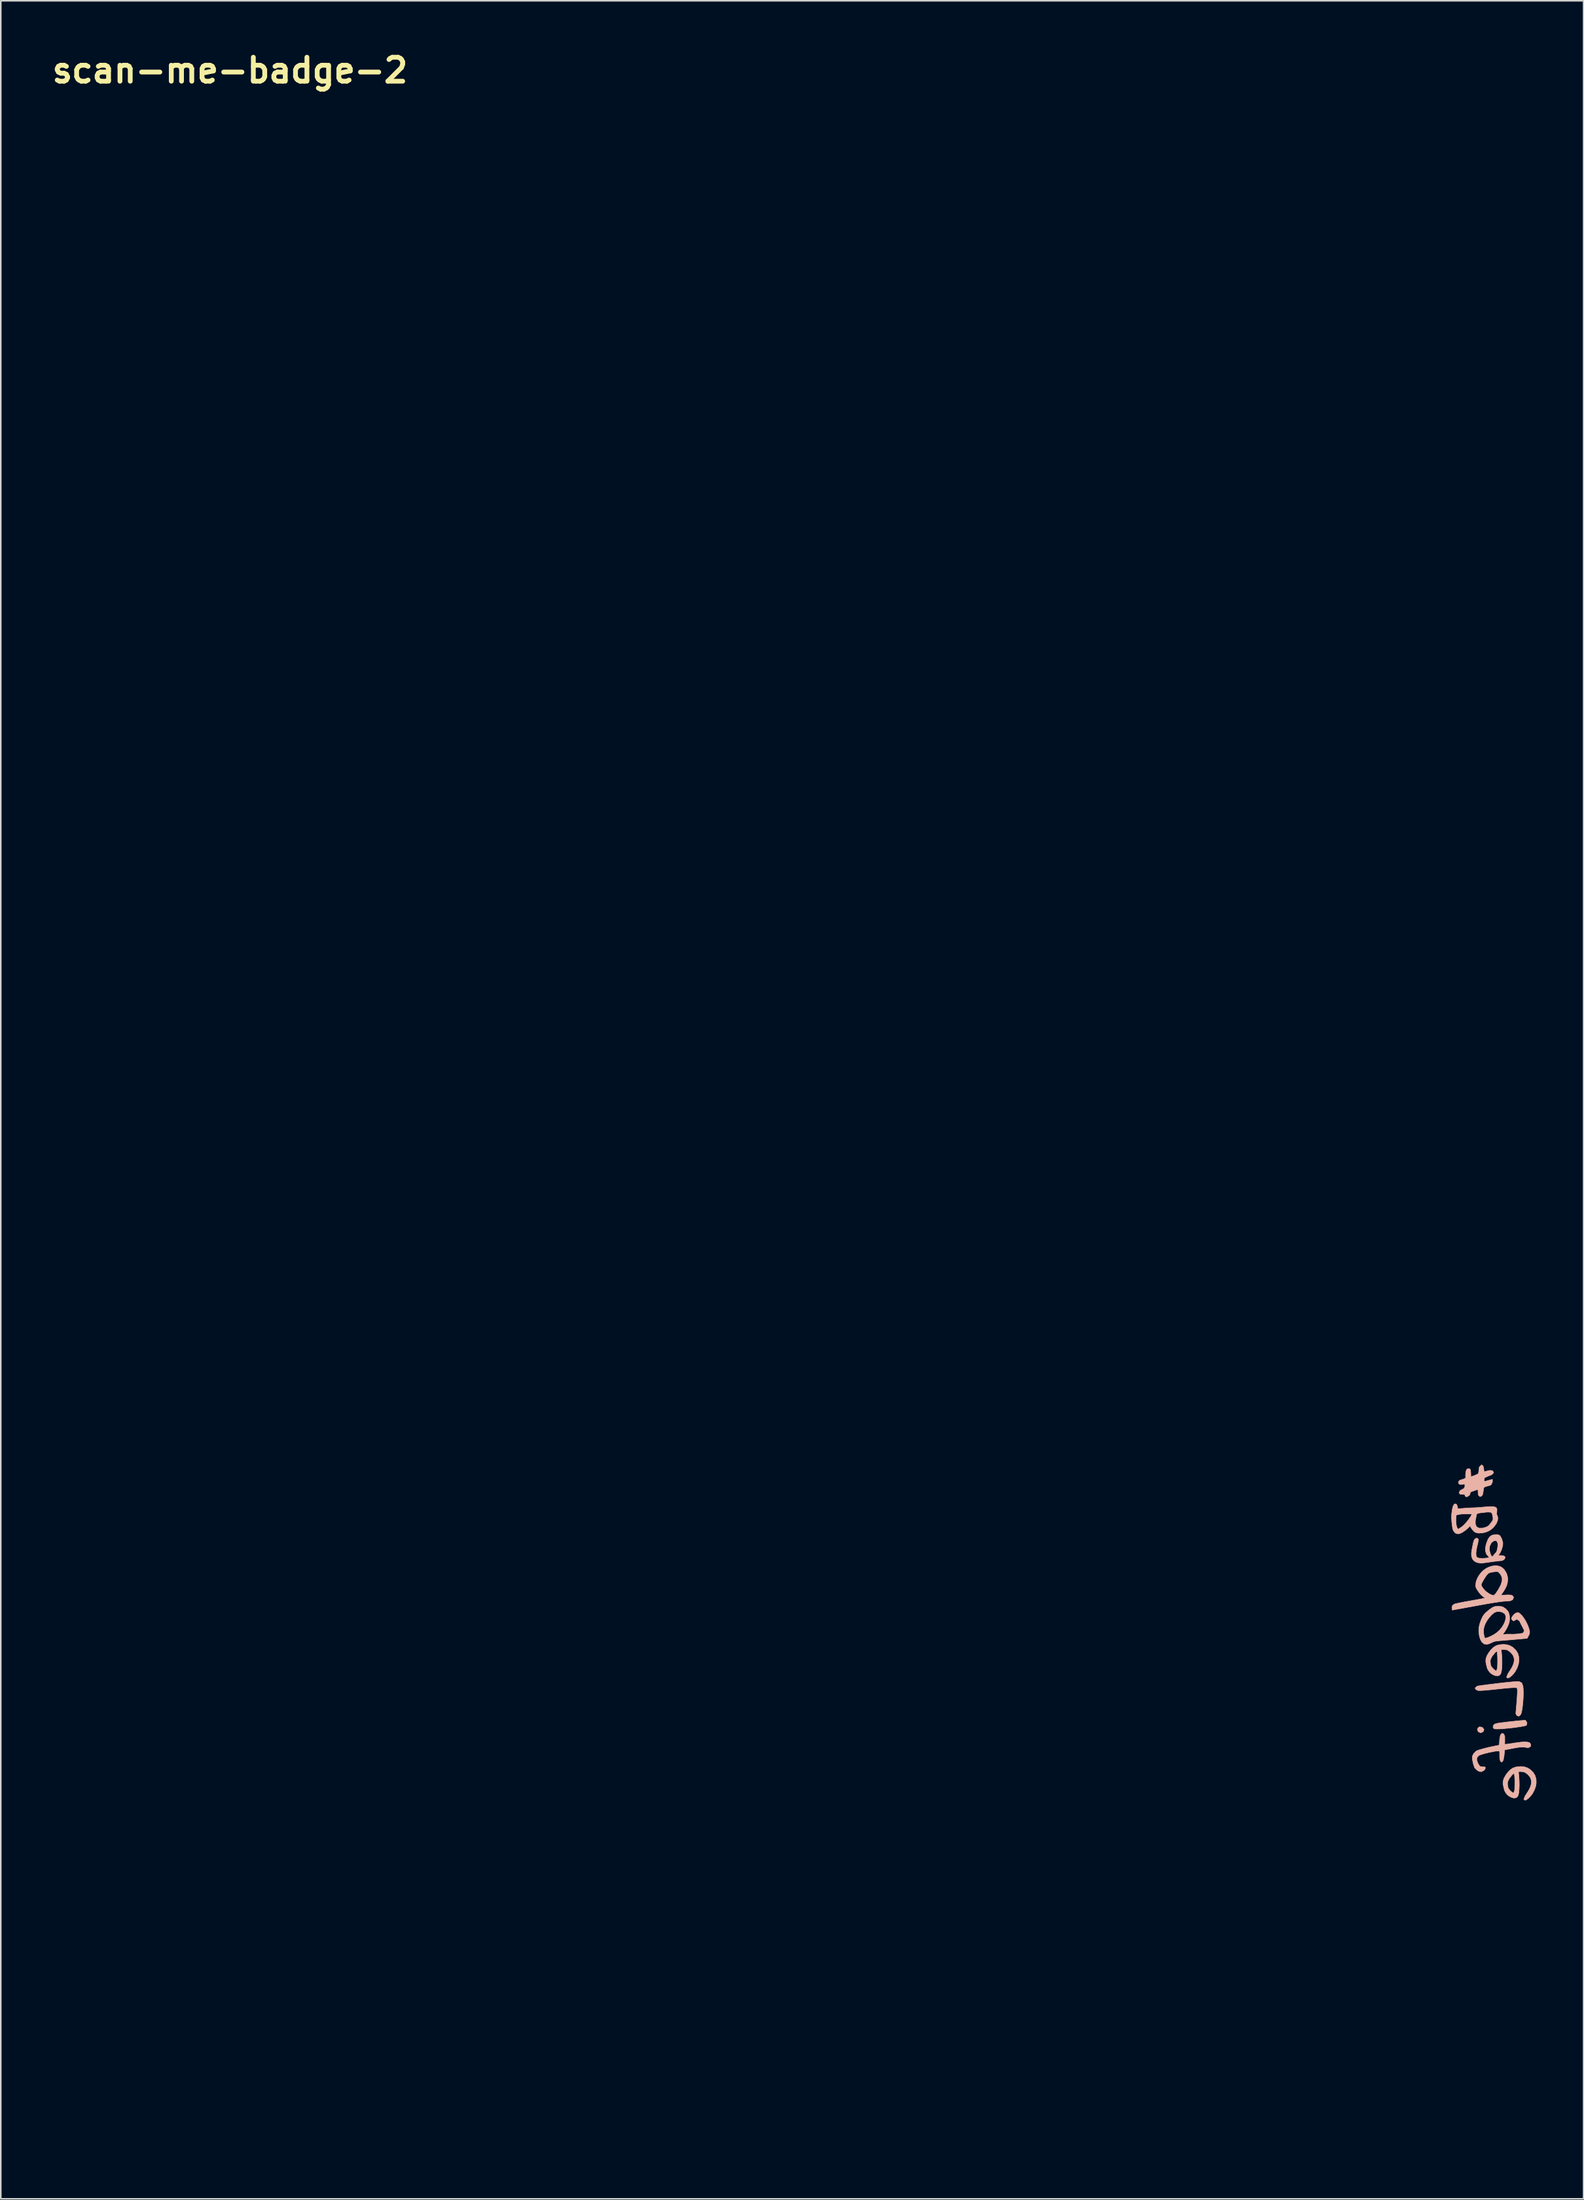
<source format=kicad_pcb>
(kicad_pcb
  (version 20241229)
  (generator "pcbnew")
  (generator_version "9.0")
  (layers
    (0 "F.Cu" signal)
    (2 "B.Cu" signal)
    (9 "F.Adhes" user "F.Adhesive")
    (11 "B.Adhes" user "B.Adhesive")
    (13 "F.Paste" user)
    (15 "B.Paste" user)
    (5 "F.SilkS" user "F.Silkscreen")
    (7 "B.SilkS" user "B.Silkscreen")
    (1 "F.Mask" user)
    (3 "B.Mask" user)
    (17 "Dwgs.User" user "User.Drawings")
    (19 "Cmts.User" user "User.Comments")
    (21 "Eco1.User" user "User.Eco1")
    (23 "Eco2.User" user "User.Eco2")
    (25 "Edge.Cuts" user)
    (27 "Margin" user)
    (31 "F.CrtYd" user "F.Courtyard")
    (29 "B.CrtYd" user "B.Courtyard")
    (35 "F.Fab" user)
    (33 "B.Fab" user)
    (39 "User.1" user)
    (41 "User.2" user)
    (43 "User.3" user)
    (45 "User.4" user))
  (footprint "scan-me-badge-2"
    (layer "F.Cu")
    (at 11.59 133.591)
    (property "Reference" "scan-me-badge-2" (at 0 -132.165 0) (layer "F.SilkS") (effects (font (size 1.524 1.524) (thickness 0.305))))
    (attr smd)
    (fp_poly (pts (xy 79.549 -26.782) (xy 79.441 -26.703) (xy 79.411 -26.586) (xy 79.479 -26.459) (xy 79.623 -26.397) (xy 79.778 -26.469) (xy 79.832 -26.601) (xy 79.739 -26.74) (xy 79.549 -26.782) (xy 79.549 -26.782)) (stroke (width 0.031) (type solid)) (fill yes) (layer "B.SilkS"))
    (fp_poly (pts (xy 79.517 -42.466) (xy 79.499 -42.29) (xy 79.292 -42.183) (xy 79.118 -42.125) (xy 78.985 -42.094) (xy 78.956 -42.112) (xy 78.965 -42.207) (xy 78.998 -42.331) (xy 79.109 -42.384) (xy 79.37 -42.469) (xy 79.385 -42.472) (xy 79.522 -42.513) (xy 79.517 -42.466)) (stroke (width 0.031) (type solid)) (fill yes) (layer "B.SilkS"))
    (fp_poly (pts (xy 80.434 -26.884) (xy 80.406 -26.752) (xy 80.47 -26.658) (xy 80.598 -26.641) (xy 80.82 -26.644) (xy 81.137 -26.667) (xy 81.406 -26.692) (xy 81.665 -26.721) (xy 81.914 -26.754) (xy 82.154 -26.79) (xy 82.418 -26.839) (xy 82.534 -26.875) (xy 82.571 -27.047) (xy 82.469 -27.196) (xy 82.396 -27.195) (xy 82.24 -27.184) (xy 82.001 -27.162) (xy 81.679 -27.129) (xy 81.344 -27.092) (xy 81.07 -27.059) (xy 80.857 -27.031) (xy 80.705 -27.009) (xy 80.522 -26.959) (xy 80.434 -26.884) (xy 80.434 -26.884)) (stroke (width 0.031) (type solid)) (fill yes) (layer "B.SilkS"))
    (fp_poly (pts (xy 79.395 -29.37) (xy 79.263 -29.24) (xy 79.317 -29.157) (xy 79.405 -29.106) (xy 79.469 -29.089) (xy 79.572 -29.085) (xy 79.75 -29.093) (xy 80.001 -29.113) (xy 80.327 -29.144) (xy 80.728 -29.186) (xy 81.124 -29.228) (xy 81.442 -29.256) (xy 81.68 -29.272) (xy 81.839 -29.275) (xy 81.92 -29.265) (xy 81.953 -29.189) (xy 81.959 -29.006) (xy 81.943 -28.69) (xy 81.925 -28.441) (xy 81.906 -28.201) (xy 81.887 -27.972) (xy 81.863 -27.713) (xy 81.857 -27.616) (xy 81.927 -27.497) (xy 82.057 -27.452) (xy 82.168 -27.559) (xy 82.208 -27.663) (xy 82.245 -27.829) (xy 82.279 -28.058) (xy 82.31 -28.349) (xy 82.331 -28.655) (xy 82.338 -28.927) (xy 82.332 -29.166) (xy 82.312 -29.371) (xy 82.233 -29.575) (xy 82.071 -29.659) (xy 81.955 -29.662) (xy 81.77 -29.652) (xy 81.518 -29.631) (xy 81.198 -29.599) (xy 80.81 -29.554) (xy 80.784 -29.55) (xy 80.757 -29.55) (xy 80.731 -29.545) (xy 80.425 -29.508) (xy 80.152 -29.475) (xy 79.913 -29.444) (xy 79.707 -29.416) (xy 79.534 -29.392) (xy 79.395 -29.37) (xy 79.395 -29.37)) (stroke (width 0.031) (type solid)) (fill yes) (layer "B.SilkS"))
    (fp_poly (pts (xy 81.154 -26.169) (xy 81.088 -26.332) (xy 80.98 -26.365) (xy 80.878 -26.261) (xy 80.829 -25.993) (xy 80.802 -25.615) (xy 80.514 -25.556) (xy 80.276 -25.508) (xy 80.02 -25.448) (xy 79.747 -25.378) (xy 79.485 -25.299) (xy 79.343 -25.246) (xy 79.178 -25.084) (xy 79.091 -24.908) (xy 79.089 -24.731) (xy 79.111 -24.613) (xy 79.153 -24.417) (xy 79.237 -24.173) (xy 79.385 -24.023) (xy 79.538 -23.938) (xy 79.672 -23.924) (xy 79.857 -24.027) (xy 79.929 -24.174) (xy 79.876 -24.231) (xy 79.74 -24.232) (xy 79.582 -24.264) (xy 79.512 -24.345) (xy 79.43 -24.493) (xy 79.368 -24.687) (xy 79.389 -24.829) (xy 79.496 -24.951) (xy 79.636 -25.011) (xy 79.922 -25.094) (xy 80.154 -25.149) (xy 80.369 -25.194) (xy 80.568 -25.23) (xy 80.783 -25.253) (xy 80.826 -25.199) (xy 80.828 -24.991) (xy 80.83 -24.838) (xy 80.839 -24.727) (xy 80.887 -24.575) (xy 80.973 -24.537) (xy 81.059 -24.654) (xy 81.115 -24.972) (xy 81.148 -25.313) (xy 81.68 -25.411) (xy 81.796 -25.434) (xy 81.897 -25.454) (xy 82.09 -25.481) (xy 82.249 -25.493) (xy 82.442 -25.482) (xy 82.55 -25.457) (xy 82.676 -25.458) (xy 82.793 -25.531) (xy 82.811 -25.646) (xy 82.753 -25.756) (xy 82.634 -25.804) (xy 82.442 -25.821) (xy 82.18 -25.807) (xy 81.845 -25.762) (xy 81.509 -25.71) (xy 81.278 -25.678) (xy 81.151 -25.668) (xy 81.156 -25.908) (xy 81.154 -26.17) (xy 81.154 -26.169)) (stroke (width 0.031) (type solid)) (fill yes) (layer "B.SilkS"))
    (fp_poly (pts (xy 80.606 -30.322) (xy 79.985 -30.718) (xy 80.027 -30.548) (xy 80.067 -30.439) (xy 80.188 -30.258) (xy 80.3 -30.159) (xy 80.444 -30.076) (xy 80.589 -30.025) (xy 80.71 -30.019) (xy 80.83 -30.069) (xy 80.904 -30.17) (xy 80.946 -30.338) (xy 80.972 -30.586) (xy 80.979 -30.839) (xy 80.975 -31.096) (xy 80.959 -31.355) (xy 80.928 -31.685) (xy 81.026 -31.701) (xy 81.279 -31.681) (xy 81.398 -31.616) (xy 81.529 -31.513) (xy 81.681 -31.332) (xy 81.752 -31.133) (xy 81.751 -30.959) (xy 81.704 -30.767) (xy 81.622 -30.579) (xy 81.526 -30.418) (xy 81.43 -30.271) (xy 81.344 -30.13) (xy 81.268 -29.933) (xy 81.268 -29.933) (xy 81.356 -29.878) (xy 81.458 -29.923) (xy 81.589 -30.028) (xy 81.716 -30.16) (xy 81.814 -30.288) (xy 81.941 -30.526) (xy 82.024 -30.761) (xy 82.06 -30.991) (xy 82.051 -31.217) (xy 81.986 -31.45) (xy 81.858 -31.657) (xy 81.668 -31.837) (xy 81.491 -31.941) (xy 81.293 -32.004) (xy 81.072 -32.025) (xy 80.829 -32.005) (xy 80.691 -31.972) (xy 80.561 -31.919) (xy 80.414 -31.818) (xy 80.269 -31.674) (xy 80.126 -31.485) (xy 80.01 -31.281) (xy 79.95 -31.092) (xy 79.945 -30.916) (xy 79.985 -30.718) (xy 80.606 -30.322) (xy 80.428 -30.463) (xy 80.291 -30.618) (xy 80.248 -30.758) (xy 80.232 -30.923) (xy 80.239 -31.041) (xy 80.333 -31.246) (xy 80.534 -31.502) (xy 80.656 -31.599) (xy 80.669 -31.535) (xy 80.689 -31.334) (xy 80.699 -31.094) (xy 80.697 -30.816) (xy 80.684 -30.501) (xy 80.606 -30.322) (xy 80.606 -30.322)) (stroke (width 0.031) (type solid)) (fill yes) (layer "B.SilkS"))
    (fp_poly (pts (xy 81.703 -22.554) (xy 81.082 -22.95) (xy 81.124 -22.779) (xy 81.164 -22.67) (xy 81.285 -22.49) (xy 81.397 -22.39) (xy 81.542 -22.308) (xy 81.686 -22.256) (xy 81.807 -22.251) (xy 81.927 -22.3) (xy 82.001 -22.402) (xy 82.044 -22.57) (xy 82.069 -22.818) (xy 82.077 -23.071) (xy 82.073 -23.327) (xy 82.057 -23.587) (xy 82.025 -23.917) (xy 82.123 -23.933) (xy 82.376 -23.912) (xy 82.496 -23.847) (xy 82.626 -23.745) (xy 82.779 -23.564) (xy 82.849 -23.365) (xy 82.849 -23.19) (xy 82.801 -22.999) (xy 82.719 -22.811) (xy 82.623 -22.65) (xy 82.527 -22.502) (xy 82.441 -22.362) (xy 82.365 -22.164) (xy 82.365 -22.164) (xy 82.454 -22.109) (xy 82.555 -22.154) (xy 82.686 -22.259) (xy 82.814 -22.392) (xy 82.911 -22.519) (xy 83.039 -22.758) (xy 83.121 -22.992) (xy 83.158 -23.222) (xy 83.149 -23.448) (xy 83.083 -23.681) (xy 82.955 -23.888) (xy 82.765 -24.068) (xy 82.589 -24.173) (xy 82.39 -24.236) (xy 82.169 -24.257) (xy 81.927 -24.236) (xy 81.788 -24.203) (xy 81.658 -24.15) (xy 81.511 -24.05) (xy 81.366 -23.905) (xy 81.224 -23.717) (xy 81.107 -23.513) (xy 81.047 -23.323) (xy 81.043 -23.148) (xy 81.082 -22.95) (xy 81.703 -22.554) (xy 81.525 -22.694) (xy 81.388 -22.849) (xy 81.345 -22.989) (xy 81.33 -23.154) (xy 81.336 -23.273) (xy 81.43 -23.477) (xy 81.631 -23.733) (xy 81.753 -23.83) (xy 81.766 -23.767) (xy 81.787 -23.565) (xy 81.796 -23.325) (xy 81.794 -23.048) (xy 81.782 -22.732) (xy 81.703 -22.554) (xy 81.703 -22.554)) (stroke (width 0.031) (type solid)) (fill yes) (layer "B.SilkS"))
    (fp_poly (pts (xy 80.626 -37.904) (xy 80.739 -37.676) (xy 80.855 -37.848) (xy 80.959 -38.078) (xy 81.024 -38.31) (xy 81.03 -38.498) (xy 80.96 -38.745) (xy 80.847 -38.947) (xy 80.7 -39.012) (xy 80.463 -39.004) (xy 80.312 -38.955) (xy 80.19 -38.863) (xy 80.089 -38.711) (xy 79.998 -38.485) (xy 79.946 -38.292) (xy 79.924 -38.113) (xy 79.932 -37.946) (xy 79.983 -37.777) (xy 80.062 -37.678) (xy 80.102 -37.638) (xy 80.166 -37.54) (xy 79.938 -37.509) (xy 79.749 -37.496) (xy 79.493 -37.512) (xy 79.374 -37.569) (xy 79.331 -37.655) (xy 79.322 -37.846) (xy 79.347 -38.058) (xy 79.391 -38.268) (xy 79.44 -38.459) (xy 79.478 -38.712) (xy 79.378 -38.792) (xy 79.287 -38.754) (xy 79.22 -38.689) (xy 79.174 -38.578) (xy 79.139 -38.441) (xy 79.104 -38.258) (xy 79.06 -38.05) (xy 79.031 -37.829) (xy 79.037 -37.642) (xy 79.095 -37.461) (xy 79.212 -37.324) (xy 79.387 -37.232) (xy 79.631 -37.191) (xy 79.747 -37.201) (xy 79.952 -37.226) (xy 80.247 -37.268) (xy 80.542 -37.309) (xy 80.79 -37.338) (xy 80.992 -37.355) (xy 80.992 -37.354) (xy 81.133 -37.447) (xy 81.18 -37.551) (xy 81.165 -37.595) (xy 81.134 -37.628) (xy 81.092 -37.652) (xy 81.036 -37.666) (xy 80.981 -37.673) (xy 80.915 -37.677) (xy 80.854 -37.679) (xy 80.792 -37.677) (xy 80.739 -37.676) (xy 80.626 -37.904) (xy 80.493 -37.755) (xy 80.376 -37.605) (xy 80.332 -37.621) (xy 80.255 -37.732) (xy 80.186 -37.975) (xy 80.176 -38.132) (xy 80.194 -38.273) (xy 80.288 -38.473) (xy 80.407 -38.581) (xy 80.509 -38.625) (xy 80.608 -38.63) (xy 80.663 -38.565) (xy 80.717 -38.431) (xy 80.705 -38.217) (xy 80.656 -37.994) (xy 80.626 -37.904)) (stroke (width 0.031) (type solid)) (fill yes) (layer "B.SilkS"))
    (fp_poly (pts (xy 80.436 -42.978) (xy 80.368 -43.079) (xy 80.196 -43.097) (xy 80.036 -43.06) (xy 79.84 -43.005) (xy 79.817 -43.167) (xy 79.792 -43.32) (xy 79.744 -43.413) (xy 79.663 -43.442) (xy 79.532 -43.309) (xy 79.501 -43.065) (xy 79.473 -42.883) (xy 79.272 -42.785) (xy 79.135 -42.738) (xy 78.998 -42.682) (xy 78.991 -42.893) (xy 78.978 -43.092) (xy 78.938 -43.189) (xy 78.836 -43.203) (xy 78.762 -43.183) (xy 78.709 -43.121) (xy 78.67 -42.964) (xy 78.658 -42.777) (xy 78.666 -42.663) (xy 78.648 -42.602) (xy 78.584 -42.561) (xy 78.43 -42.512) (xy 78.308 -42.473) (xy 78.229 -42.41) (xy 78.199 -42.297) (xy 78.268 -42.21) (xy 78.438 -42.205) (xy 78.529 -42.22) (xy 78.619 -42.208) (xy 78.606 -42.028) (xy 78.531 -41.928) (xy 78.416 -41.87) (xy 78.309 -41.814) (xy 78.245 -41.669) (xy 78.299 -41.589) (xy 78.428 -41.572) (xy 78.602 -41.562) (xy 78.605 -41.543) (xy 78.653 -41.435) (xy 78.754 -41.413) (xy 78.911 -41.523) (xy 78.963 -41.674) (xy 78.955 -41.704) (xy 78.954 -41.708) (xy 79.077 -41.757) (xy 79.346 -41.849) (xy 79.445 -41.884) (xy 79.455 -41.701) (xy 79.468 -41.525) (xy 79.571 -41.423) (xy 79.674 -41.459) (xy 79.736 -41.538) (xy 79.762 -41.62) (xy 79.775 -41.718) (xy 79.78 -41.746) (xy 79.805 -41.927) (xy 79.83 -42.016) (xy 79.975 -42.078) (xy 80.161 -42.123) (xy 80.283 -42.178) (xy 80.37 -42.354) (xy 80.365 -42.527) (xy 79.851 -42.385) (xy 79.84 -42.461) (xy 79.859 -42.622) (xy 80.08 -42.723) (xy 80.112 -42.737) (xy 80.156 -42.752) (xy 80.211 -42.773) (xy 80.269 -42.797) (xy 80.323 -42.825) (xy 80.368 -42.86) (xy 80.405 -42.897) (xy 80.43 -42.935) (xy 80.436 -42.979) (xy 80.436 -42.978)) (stroke (width 0.031) (type solid)) (fill yes) (layer "B.SilkS"))
    (fp_poly (pts (xy 79.82 -35.531) (xy 79.366 -36.123) (xy 79.32 -35.97) (xy 79.297 -35.72) (xy 79.353 -35.574) (xy 79.485 -35.369) (xy 79.649 -35.172) (xy 79.796 -35.049) (xy 79.906 -34.975) (xy 79.794 -34.949) (xy 79.587 -34.908) (xy 79.285 -34.853) (xy 78.888 -34.782) (xy 78.492 -34.71) (xy 78.197 -34.651) (xy 78.003 -34.605) (xy 77.91 -34.573) (xy 77.812 -34.477) (xy 77.791 -34.357) (xy 77.812 -34.206) (xy 79.401 -34.496) (xy 79.667 -34.544) (xy 79.919 -34.589) (xy 80.157 -34.63) (xy 80.38 -34.667) (xy 80.651 -34.709) (xy 80.881 -34.741) (xy 81.07 -34.764) (xy 81.218 -34.776) (xy 81.413 -34.788) (xy 81.496 -34.795) (xy 81.652 -34.862) (xy 81.715 -35.015) (xy 81.665 -35.112) (xy 81.552 -35.162) (xy 81.388 -35.177) (xy 81.182 -35.167) (xy 80.997 -35.15) (xy 80.896 -35.148) (xy 80.896 -35.148) (xy 80.968 -35.24) (xy 81.095 -35.427) (xy 81.16 -35.536) (xy 81.227 -35.664) (xy 81.286 -35.808) (xy 81.326 -35.969) (xy 81.343 -36.139) (xy 81.332 -36.306) (xy 81.297 -36.453) (xy 81.232 -36.609) (xy 81.117 -36.786) (xy 80.978 -36.916) (xy 80.814 -36.998) (xy 80.626 -37.032) (xy 80.413 -37.019) (xy 80.192 -36.963) (xy 79.988 -36.869) (xy 79.807 -36.744) (xy 79.661 -36.604) (xy 79.539 -36.448) (xy 79.44 -36.287) (xy 79.366 -36.123) (xy 79.82 -35.531) (xy 79.698 -35.699) (xy 79.65 -35.808) (xy 79.69 -35.925) (xy 79.826 -36.168) (xy 79.991 -36.418) (xy 80.118 -36.551) (xy 80.22 -36.594) (xy 80.402 -36.632) (xy 80.611 -36.655) (xy 80.736 -36.64) (xy 80.881 -36.483) (xy 80.952 -36.348) (xy 80.988 -36.215) (xy 80.976 -36.024) (xy 80.895 -35.787) (xy 80.742 -35.504) (xy 80.573 -35.252) (xy 80.46 -35.138) (xy 80.337 -35.159) (xy 80.155 -35.251) (xy 79.967 -35.383) (xy 79.82 -35.531) (xy 79.82 -35.531)) (stroke (width 0.031) (type solid)) (fill yes) (layer "B.SilkS"))
    (fp_poly (pts (xy 80.636 -34.108) (xy 81.227 -34.275) (xy 81.023 -34.415) (xy 80.791 -34.454) (xy 80.55 -34.442) (xy 80.382 -34.379) (xy 80.179 -34.239) (xy 79.984 -34.075) (xy 79.848 -33.942) (xy 79.748 -33.795) (xy 79.647 -33.574) (xy 79.561 -33.331) (xy 79.514 -33.124) (xy 79.498 -32.912) (xy 79.516 -32.677) (xy 79.554 -32.487) (xy 79.612 -32.323) (xy 79.689 -32.185) (xy 79.842 -32.051) (xy 80.041 -32.031) (xy 80.167 -32.066) (xy 80.311 -32.132) (xy 80.452 -32.196) (xy 80.575 -32.229) (xy 80.771 -32.253) (xy 80.94 -32.266) (xy 81.197 -32.288) (xy 81.394 -32.303) (xy 81.592 -32.32) (xy 81.789 -32.338) (xy 82.575 -32.408) (xy 82.674 -32.578) (xy 82.73 -32.71) (xy 82.737 -32.839) (xy 82.703 -32.998) (xy 82.643 -33.174) (xy 82.559 -33.365) (xy 82.458 -33.553) (xy 82.351 -33.72) (xy 82.238 -33.868) (xy 82.081 -34.016) (xy 81.962 -34.054) (xy 81.83 -34.001) (xy 81.698 -33.884) (xy 81.602 -33.746) (xy 81.579 -33.637) (xy 81.704 -33.511) (xy 81.811 -33.567) (xy 81.926 -33.625) (xy 82.091 -33.52) (xy 82.19 -33.309) (xy 82.295 -33.11) (xy 82.403 -32.893) (xy 82.403 -32.893) (xy 82.309 -32.735) (xy 82.045 -32.697) (xy 81.83 -32.677) (xy 81.656 -32.67) (xy 81.507 -32.674) (xy 81.292 -32.674) (xy 81.133 -32.66) (xy 81.014 -32.655) (xy 81.141 -32.815) (xy 81.275 -33.037) (xy 81.384 -33.269) (xy 81.443 -33.458) (xy 81.463 -33.659) (xy 81.45 -33.871) (xy 81.388 -34.089) (xy 81.227 -34.275) (xy 80.636 -34.108) (xy 80.828 -34.114) (xy 81.015 -34.066) (xy 81.155 -33.968) (xy 81.217 -33.829) (xy 81.217 -33.67) (xy 81.174 -33.493) (xy 81.088 -33.299) (xy 80.968 -33.104) (xy 80.821 -32.929) (xy 80.648 -32.773) (xy 80.472 -32.653) (xy 80.272 -32.546) (xy 80.083 -32.463) (xy 79.94 -32.422) (xy 79.886 -32.422) (xy 79.847 -32.516) (xy 79.816 -32.676) (xy 79.801 -32.838) (xy 79.807 -32.983) (xy 79.844 -33.158) (xy 79.912 -33.336) (xy 80.01 -33.519) (xy 80.139 -33.704) (xy 80.323 -33.914) (xy 80.489 -34.049) (xy 80.636 -34.109) (xy 80.636 -34.108)) (stroke (width 0.031) (type solid)) (fill yes) (layer "B.SilkS"))
    (fp_poly (pts (xy 80.263 -39.738) (xy 79.752 -39.118) (xy 79.966 -39.171) (xy 80.158 -39.255) (xy 80.328 -39.371) (xy 80.476 -39.518) (xy 80.624 -39.726) (xy 80.702 -39.921) (xy 80.712 -40.104) (xy 80.673 -40.217) (xy 80.636 -40.315) (xy 80.65 -40.464) (xy 80.659 -40.619) (xy 80.609 -40.723) (xy 80.49 -40.781) (xy 80.319 -40.795) (xy 80.086 -40.784) (xy 79.946 -40.773) (xy 79.808 -40.762) (xy 79.654 -40.748) (xy 79.47 -40.734) (xy 79.277 -40.721) (xy 79.092 -40.715) (xy 78.919 -40.708) (xy 78.706 -40.695) (xy 78.452 -40.676) (xy 78.163 -40.652) (xy 78.149 -40.754) (xy 78.092 -40.927) (xy 77.987 -40.97) (xy 77.915 -40.918) (xy 77.854 -40.787) (xy 77.805 -40.577) (xy 77.769 -40.287) (xy 77.764 -40.082) (xy 77.779 -39.825) (xy 77.816 -39.516) (xy 77.84 -39.374) (xy 77.877 -39.276) (xy 77.917 -39.213) (xy 77.983 -39.127) (xy 78.091 -39.068) (xy 78.2 -39.055) (xy 78.329 -39.092) (xy 78.459 -39.155) (xy 78.673 -39.301) (xy 78.847 -39.461) (xy 78.955 -39.567) (xy 78.998 -39.458) (xy 79.092 -39.327) (xy 79.201 -39.208) (xy 79.295 -39.144) (xy 79.493 -39.101) (xy 79.752 -39.118) (xy 80.263 -39.738) (xy 80.142 -39.591) (xy 79.998 -39.494) (xy 79.754 -39.424) (xy 79.513 -39.422) (xy 78.68 -39.752) (xy 78.542 -39.608) (xy 78.411 -39.497) (xy 78.203 -39.363) (xy 78.203 -39.363) (xy 78.163 -39.376) (xy 78.113 -39.457) (xy 78.065 -39.63) (xy 78.048 -39.798) (xy 78.042 -39.985) (xy 78.057 -40.234) (xy 78.15 -40.28) (xy 78.225 -40.292) (xy 78.434 -40.317) (xy 78.685 -40.329) (xy 78.902 -40.329) (xy 79.017 -40.321) (xy 79.051 -40.296) (xy 78.994 -40.168) (xy 78.826 -39.931) (xy 78.68 -39.752) (xy 79.513 -39.422) (xy 79.356 -39.508) (xy 79.283 -39.682) (xy 79.281 -39.886) (xy 79.33 -40.145) (xy 79.366 -40.32) (xy 79.482 -40.374) (xy 79.6 -40.39) (xy 79.799 -40.414) (xy 80.026 -40.439) (xy 80.176 -40.437) (xy 80.278 -40.423) (xy 80.332 -40.37) (xy 80.366 -40.29) (xy 80.388 -40.163) (xy 80.399 -40.115) (xy 80.406 -40.066) (xy 80.398 -39.933) (xy 80.264 -39.738) (xy 80.263 -39.738)) (stroke (width 0.031) (type solid)) (fill yes) (layer "B.SilkS")))
  (gr_rect
    (start -3 -3)
    (end 97.763 136.841)
    (stroke (width 0.1) (type default))
    (fill no)
    (layer "Edge.Cuts")))
</source>
